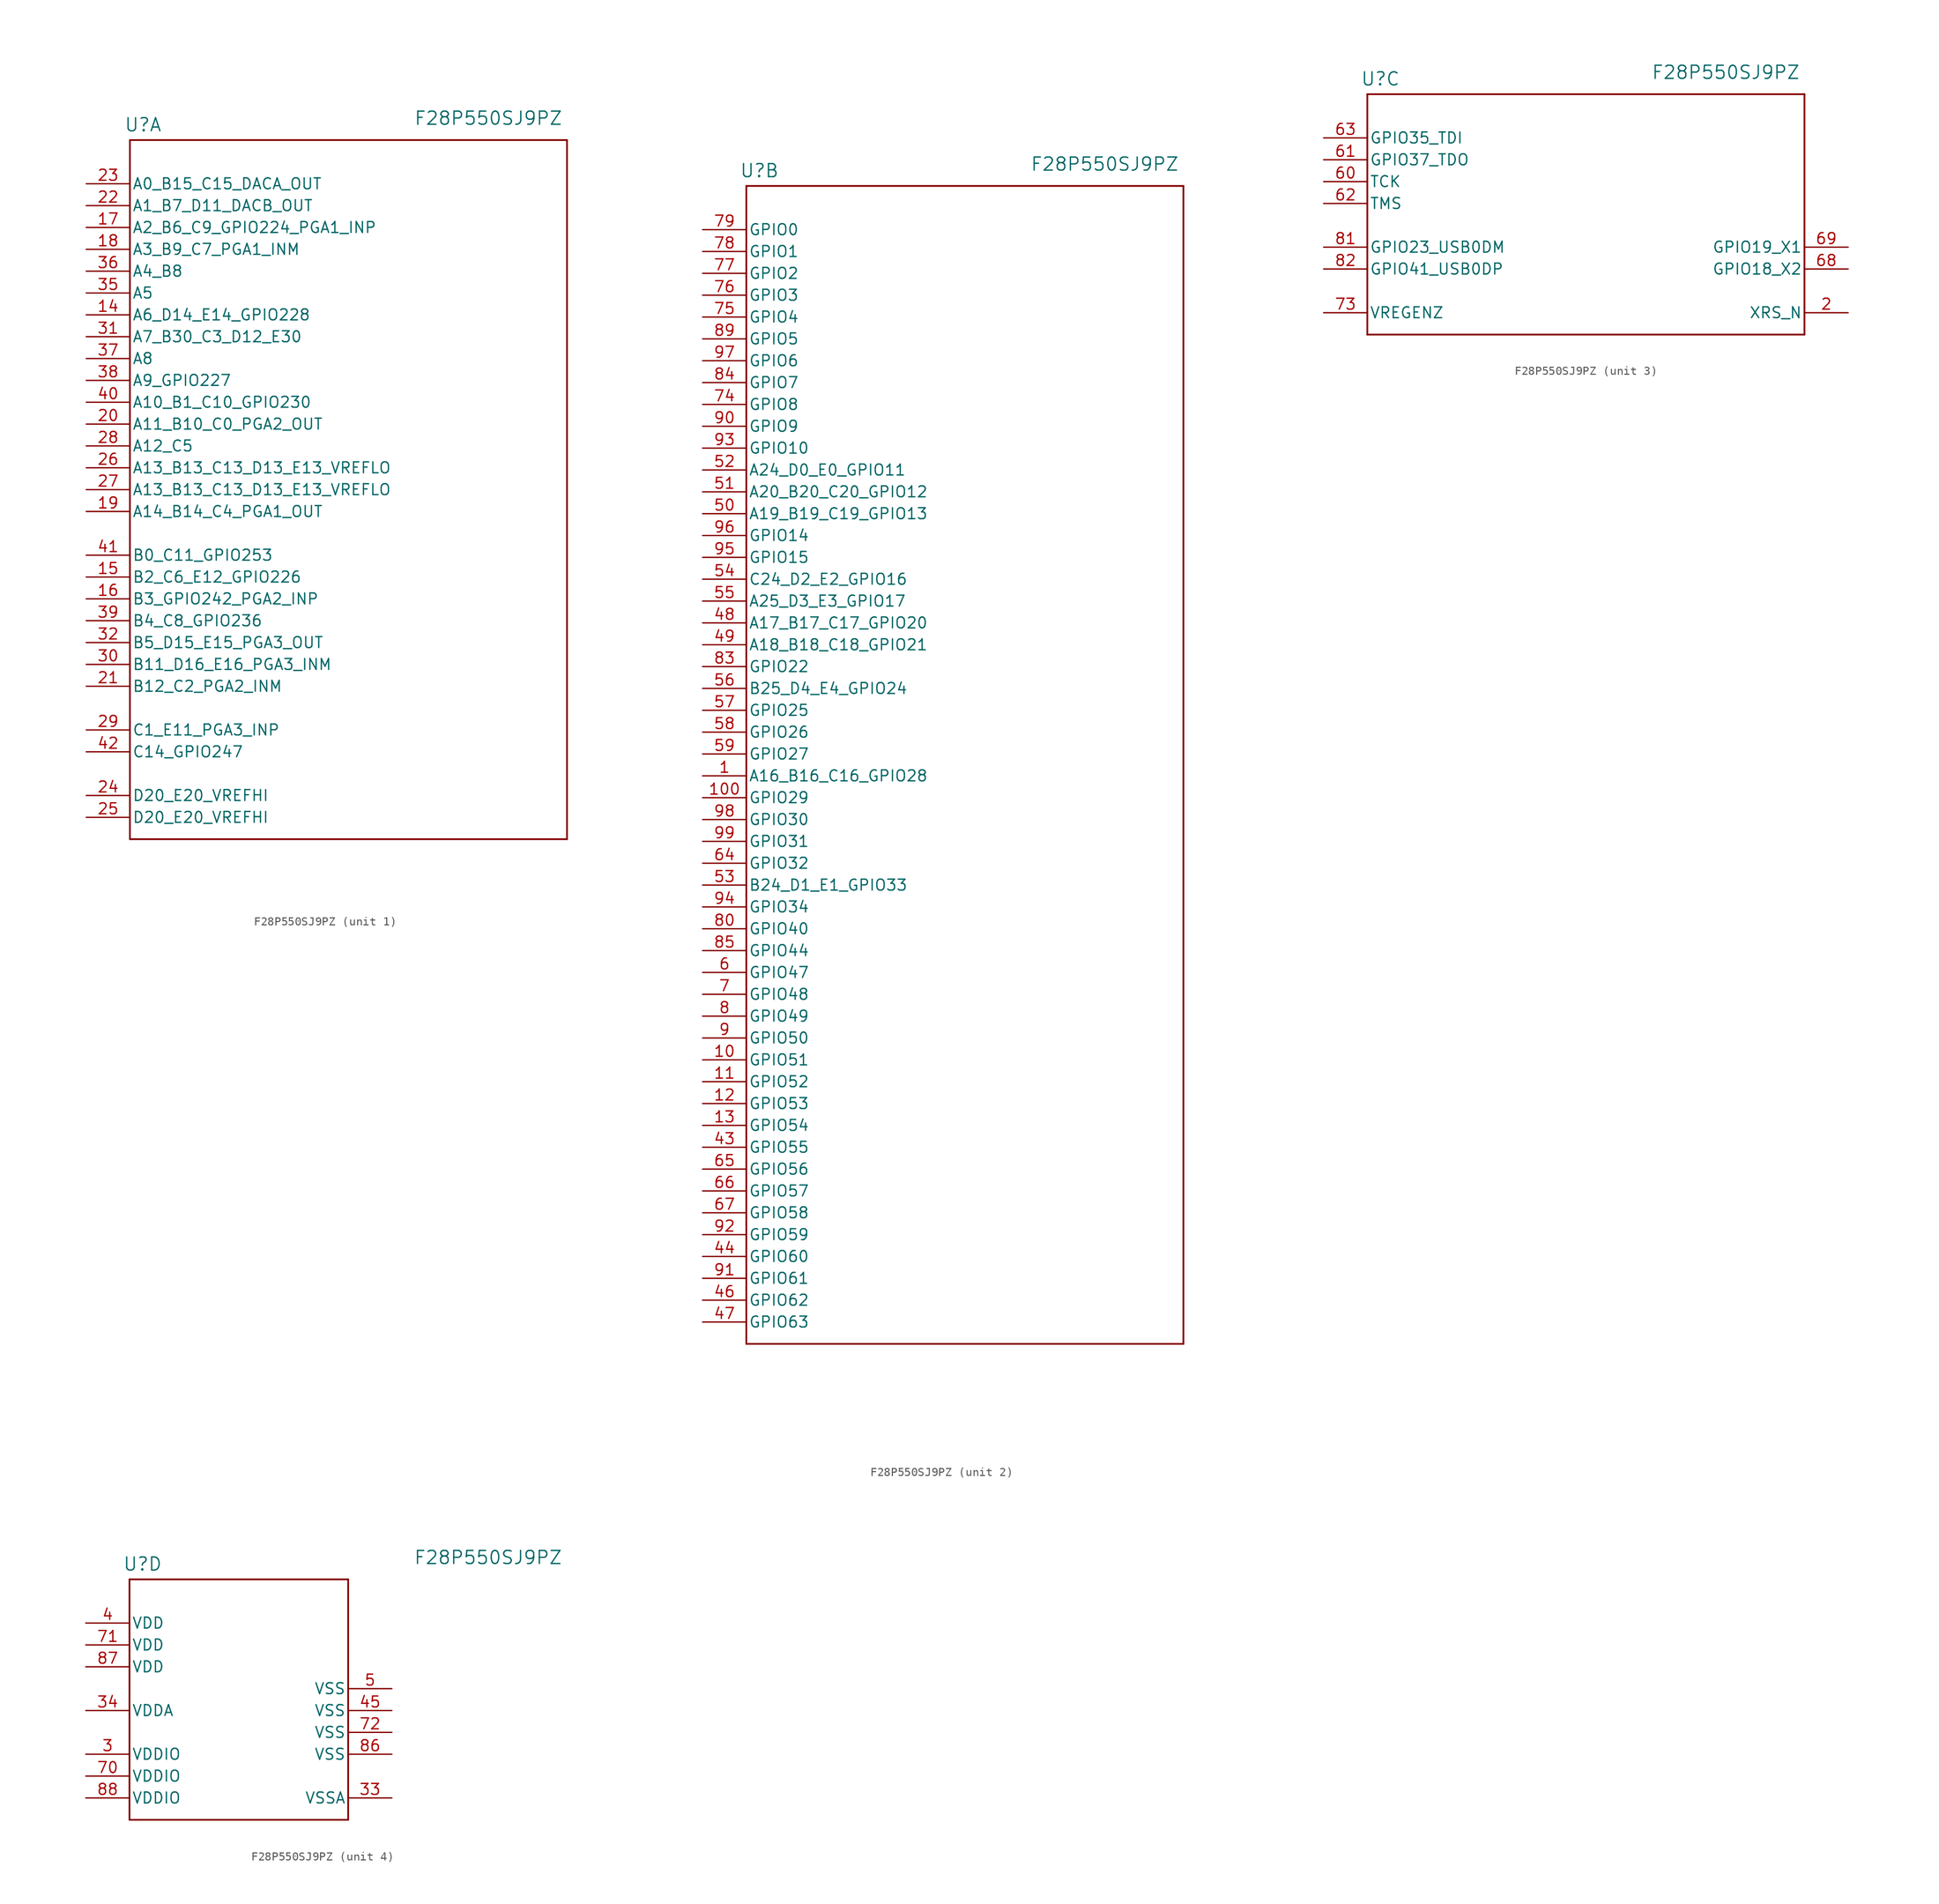
<source format=kicad_sym>
(kicad_symbol_lib
  (version 20241209)
  (generator "kicad_symbol_editor")
  (generator_version "9.0")
  (symbol "F28P550SJ9PZ"
    (pin_names
      (offset 0.254))
    (property "Reference" "U"
      (at 6.604 6.858 0)
      (effects (font (size 1.524 1.524))))
    (property "Value" "F28P550SJ9PZ"
      (at 46.736 7.62 0)
      (effects (font (size 1.524 1.524))))
    (property "ki_locked" ""
      (at 0 0 0)
      (effects (font (size 1.27 1.27))))
    (symbol "F28P550SJ9PZ_1_1"
      (polyline (pts (xy 5.08 5.08) (xy 5.08 -76.2)) (stroke (width 0.203) (type default)) (fill (type none)))
      (polyline (pts (xy 5.08 -76.2) (xy 55.88 -76.2)) (stroke (width 0.203) (type default)) (fill (type none)))
      (polyline (pts (xy 55.88 5.08) (xy 5.08 5.08)) (stroke (width 0.203) (type default)) (fill (type none)))
      (polyline (pts (xy 55.88 -76.2) (xy 55.88 5.08)) (stroke (width 0.203) (type default)) (fill (type none)))
      (pin unspecified line (at 0 0 0) (length 5.08) (name "A0_B15_C15_DACA_OUT" (effects (font (size 1.27 1.27)))) (number "23" (effects (font (size 1.27 1.27)))))
      (pin unspecified line (at 0 -2.54 0) (length 5.08) (name "A1_B7_D11_DACB_OUT" (effects (font (size 1.27 1.27)))) (number "22" (effects (font (size 1.27 1.27)))))
      (pin bidirectional line (at 0 -5.08 0) (length 5.08) (name "A2_B6_C9_GPIO224_PGA1_INP" (effects (font (size 1.27 1.27)))) (number "17" (effects (font (size 1.27 1.27)))))
      (pin unspecified line (at 0 -7.62 0) (length 5.08) (name "A3_B9_C7_PGA1_INM" (effects (font (size 1.27 1.27)))) (number "18" (effects (font (size 1.27 1.27)))))
      (pin unspecified line (at 0 -10.16 0) (length 5.08) (name "A4_B8" (effects (font (size 1.27 1.27)))) (number "36" (effects (font (size 1.27 1.27)))))
      (pin unspecified line (at 0 -12.7 0) (length 5.08) (name "A5" (effects (font (size 1.27 1.27)))) (number "35" (effects (font (size 1.27 1.27)))))
      (pin bidirectional line (at 0 -15.24 0) (length 5.08) (name "A6_D14_E14_GPIO228" (effects (font (size 1.27 1.27)))) (number "14" (effects (font (size 1.27 1.27)))))
      (pin unspecified line (at 0 -17.78 0) (length 5.08) (name "A7_B30_C3_D12_E30" (effects (font (size 1.27 1.27)))) (number "31" (effects (font (size 1.27 1.27)))))
      (pin unspecified line (at 0 -20.32 0) (length 5.08) (name "A8" (effects (font (size 1.27 1.27)))) (number "37" (effects (font (size 1.27 1.27)))))
      (pin bidirectional line (at 0 -22.86 0) (length 5.08) (name "A9_GPIO227" (effects (font (size 1.27 1.27)))) (number "38" (effects (font (size 1.27 1.27)))))
      (pin bidirectional line (at 0 -25.4 0) (length 5.08) (name "A10_B1_C10_GPIO230" (effects (font (size 1.27 1.27)))) (number "40" (effects (font (size 1.27 1.27)))))
      (pin unspecified line (at 0 -27.94 0) (length 5.08) (name "A11_B10_C0_PGA2_OUT" (effects (font (size 1.27 1.27)))) (number "20" (effects (font (size 1.27 1.27)))))
      (pin unspecified line (at 0 -30.48 0) (length 5.08) (name "A12_C5" (effects (font (size 1.27 1.27)))) (number "28" (effects (font (size 1.27 1.27)))))
      (pin unspecified line (at 0 -33.02 0) (length 5.08) (name "A13_B13_C13_D13_E13_VREFLO" (effects (font (size 1.27 1.27)))) (number "26" (effects (font (size 1.27 1.27)))))
      (pin unspecified line (at 0 -35.56 0) (length 5.08) (name "A13_B13_C13_D13_E13_VREFLO" (effects (font (size 1.27 1.27)))) (number "27" (effects (font (size 1.27 1.27)))))
      (pin unspecified line (at 0 -38.1 0) (length 5.08) (name "A14_B14_C4_PGA1_OUT" (effects (font (size 1.27 1.27)))) (number "19" (effects (font (size 1.27 1.27)))))
      (pin bidirectional line (at 0 -43.18 0) (length 5.08) (name "B0_C11_GPIO253" (effects (font (size 1.27 1.27)))) (number "41" (effects (font (size 1.27 1.27)))))
      (pin bidirectional line (at 0 -45.72 0) (length 5.08) (name "B2_C6_E12_GPIO226" (effects (font (size 1.27 1.27)))) (number "15" (effects (font (size 1.27 1.27)))))
      (pin bidirectional line (at 0 -48.26 0) (length 5.08) (name "B3_GPIO242_PGA2_INP" (effects (font (size 1.27 1.27)))) (number "16" (effects (font (size 1.27 1.27)))))
      (pin bidirectional line (at 0 -50.8 0) (length 5.08) (name "B4_C8_GPIO236" (effects (font (size 1.27 1.27)))) (number "39" (effects (font (size 1.27 1.27)))))
      (pin unspecified line (at 0 -53.34 0) (length 5.08) (name "B5_D15_E15_PGA3_OUT" (effects (font (size 1.27 1.27)))) (number "32" (effects (font (size 1.27 1.27)))))
      (pin unspecified line (at 0 -55.88 0) (length 5.08) (name "B11_D16_E16_PGA3_INM" (effects (font (size 1.27 1.27)))) (number "30" (effects (font (size 1.27 1.27)))))
      (pin unspecified line (at 0 -58.42 0) (length 5.08) (name "B12_C2_PGA2_INM" (effects (font (size 1.27 1.27)))) (number "21" (effects (font (size 1.27 1.27)))))
      (pin unspecified line (at 0 -63.5 0) (length 5.08) (name "C1_E11_PGA3_INP" (effects (font (size 1.27 1.27)))) (number "29" (effects (font (size 1.27 1.27)))))
      (pin bidirectional line (at 0 -66.04 0) (length 5.08) (name "C14_GPIO247" (effects (font (size 1.27 1.27)))) (number "42" (effects (font (size 1.27 1.27)))))
      (pin unspecified line (at 0 -71.12 0) (length 5.08) (name "D20_E20_VREFHI" (effects (font (size 1.27 1.27)))) (number "24" (effects (font (size 1.27 1.27)))))
      (pin unspecified line (at 0 -73.66 0) (length 5.08) (name "D20_E20_VREFHI" (effects (font (size 1.27 1.27)))) (number "25" (effects (font (size 1.27 1.27))))))
    (symbol "F28P550SJ9PZ_2_1"
      (polyline (pts (xy 5.08 5.08) (xy 5.08 -129.54)) (stroke (width 0.203) (type default)) (fill (type none)))
      (polyline (pts (xy 5.08 -129.54) (xy 55.88 -129.54)) (stroke (width 0.203) (type default)) (fill (type none)))
      (polyline (pts (xy 55.88 5.08) (xy 5.08 5.08)) (stroke (width 0.203) (type default)) (fill (type none)))
      (polyline (pts (xy 55.88 -129.54) (xy 55.88 5.08)) (stroke (width 0.203) (type default)) (fill (type none)))
      (pin bidirectional line (at 0 0 0) (length 5.08) (name "GPIO0" (effects (font (size 1.27 1.27)))) (number "79" (effects (font (size 1.27 1.27)))))
      (pin bidirectional line (at 0 -2.54 0) (length 5.08) (name "GPIO1" (effects (font (size 1.27 1.27)))) (number "78" (effects (font (size 1.27 1.27)))))
      (pin bidirectional line (at 0 -5.08 0) (length 5.08) (name "GPIO2" (effects (font (size 1.27 1.27)))) (number "77" (effects (font (size 1.27 1.27)))))
      (pin bidirectional line (at 0 -7.62 0) (length 5.08) (name "GPIO3" (effects (font (size 1.27 1.27)))) (number "76" (effects (font (size 1.27 1.27)))))
      (pin bidirectional line (at 0 -10.16 0) (length 5.08) (name "GPIO4" (effects (font (size 1.27 1.27)))) (number "75" (effects (font (size 1.27 1.27)))))
      (pin bidirectional line (at 0 -12.7 0) (length 5.08) (name "GPIO5" (effects (font (size 1.27 1.27)))) (number "89" (effects (font (size 1.27 1.27)))))
      (pin bidirectional line (at 0 -15.24 0) (length 5.08) (name "GPIO6" (effects (font (size 1.27 1.27)))) (number "97" (effects (font (size 1.27 1.27)))))
      (pin bidirectional line (at 0 -17.78 0) (length 5.08) (name "GPIO7" (effects (font (size 1.27 1.27)))) (number "84" (effects (font (size 1.27 1.27)))))
      (pin bidirectional line (at 0 -20.32 0) (length 5.08) (name "GPIO8" (effects (font (size 1.27 1.27)))) (number "74" (effects (font (size 1.27 1.27)))))
      (pin bidirectional line (at 0 -22.86 0) (length 5.08) (name "GPIO9" (effects (font (size 1.27 1.27)))) (number "90" (effects (font (size 1.27 1.27)))))
      (pin bidirectional line (at 0 -25.4 0) (length 5.08) (name "GPIO10" (effects (font (size 1.27 1.27)))) (number "93" (effects (font (size 1.27 1.27)))))
      (pin bidirectional line (at 0 -27.94 0) (length 5.08) (name "A24_D0_E0_GPIO11" (effects (font (size 1.27 1.27)))) (number "52" (effects (font (size 1.27 1.27)))))
      (pin bidirectional line (at 0 -30.48 0) (length 5.08) (name "A20_B20_C20_GPIO12" (effects (font (size 1.27 1.27)))) (number "51" (effects (font (size 1.27 1.27)))))
      (pin bidirectional line (at 0 -33.02 0) (length 5.08) (name "A19_B19_C19_GPIO13" (effects (font (size 1.27 1.27)))) (number "50" (effects (font (size 1.27 1.27)))))
      (pin bidirectional line (at 0 -35.56 0) (length 5.08) (name "GPIO14" (effects (font (size 1.27 1.27)))) (number "96" (effects (font (size 1.27 1.27)))))
      (pin bidirectional line (at 0 -38.1 0) (length 5.08) (name "GPIO15" (effects (font (size 1.27 1.27)))) (number "95" (effects (font (size 1.27 1.27)))))
      (pin bidirectional line (at 0 -40.64 0) (length 5.08) (name "C24_D2_E2_GPIO16" (effects (font (size 1.27 1.27)))) (number "54" (effects (font (size 1.27 1.27)))))
      (pin bidirectional line (at 0 -43.18 0) (length 5.08) (name "A25_D3_E3_GPIO17" (effects (font (size 1.27 1.27)))) (number "55" (effects (font (size 1.27 1.27)))))
      (pin bidirectional line (at 0 -45.72 0) (length 5.08) (name "A17_B17_C17_GPIO20" (effects (font (size 1.27 1.27)))) (number "48" (effects (font (size 1.27 1.27)))))
      (pin bidirectional line (at 0 -48.26 0) (length 5.08) (name "A18_B18_C18_GPIO21" (effects (font (size 1.27 1.27)))) (number "49" (effects (font (size 1.27 1.27)))))
      (pin bidirectional line (at 0 -50.8 0) (length 5.08) (name "GPIO22" (effects (font (size 1.27 1.27)))) (number "83" (effects (font (size 1.27 1.27)))))
      (pin bidirectional line (at 0 -53.34 0) (length 5.08) (name "B25_D4_E4_GPIO24" (effects (font (size 1.27 1.27)))) (number "56" (effects (font (size 1.27 1.27)))))
      (pin bidirectional line (at 0 -55.88 0) (length 5.08) (name "GPIO25" (effects (font (size 1.27 1.27)))) (number "57" (effects (font (size 1.27 1.27)))))
      (pin bidirectional line (at 0 -58.42 0) (length 5.08) (name "GPIO26" (effects (font (size 1.27 1.27)))) (number "58" (effects (font (size 1.27 1.27)))))
      (pin bidirectional line (at 0 -60.96 0) (length 5.08) (name "GPIO27" (effects (font (size 1.27 1.27)))) (number "59" (effects (font (size 1.27 1.27)))))
      (pin bidirectional line (at 0 -63.5 0) (length 5.08) (name "A16_B16_C16_GPIO28" (effects (font (size 1.27 1.27)))) (number "1" (effects (font (size 1.27 1.27)))))
      (pin bidirectional line (at 0 -66.04 0) (length 5.08) (name "GPIO29" (effects (font (size 1.27 1.27)))) (number "100" (effects (font (size 1.27 1.27)))))
      (pin bidirectional line (at 0 -68.58 0) (length 5.08) (name "GPIO30" (effects (font (size 1.27 1.27)))) (number "98" (effects (font (size 1.27 1.27)))))
      (pin bidirectional line (at 0 -71.12 0) (length 5.08) (name "GPIO31" (effects (font (size 1.27 1.27)))) (number "99" (effects (font (size 1.27 1.27)))))
      (pin bidirectional line (at 0 -73.66 0) (length 5.08) (name "GPIO32" (effects (font (size 1.27 1.27)))) (number "64" (effects (font (size 1.27 1.27)))))
      (pin bidirectional line (at 0 -76.2 0) (length 5.08) (name "B24_D1_E1_GPIO33" (effects (font (size 1.27 1.27)))) (number "53" (effects (font (size 1.27 1.27)))))
      (pin bidirectional line (at 0 -78.74 0) (length 5.08) (name "GPIO34" (effects (font (size 1.27 1.27)))) (number "94" (effects (font (size 1.27 1.27)))))
      (pin bidirectional line (at 0 -81.28 0) (length 5.08) (name "GPIO40" (effects (font (size 1.27 1.27)))) (number "80" (effects (font (size 1.27 1.27)))))
      (pin bidirectional line (at 0 -83.82 0) (length 5.08) (name "GPIO44" (effects (font (size 1.27 1.27)))) (number "85" (effects (font (size 1.27 1.27)))))
      (pin bidirectional line (at 0 -86.36 0) (length 5.08) (name "GPIO47" (effects (font (size 1.27 1.27)))) (number "6" (effects (font (size 1.27 1.27)))))
      (pin bidirectional line (at 0 -88.9 0) (length 5.08) (name "GPIO48" (effects (font (size 1.27 1.27)))) (number "7" (effects (font (size 1.27 1.27)))))
      (pin bidirectional line (at 0 -91.44 0) (length 5.08) (name "GPIO49" (effects (font (size 1.27 1.27)))) (number "8" (effects (font (size 1.27 1.27)))))
      (pin bidirectional line (at 0 -93.98 0) (length 5.08) (name "GPIO50" (effects (font (size 1.27 1.27)))) (number "9" (effects (font (size 1.27 1.27)))))
      (pin bidirectional line (at 0 -96.52 0) (length 5.08) (name "GPIO51" (effects (font (size 1.27 1.27)))) (number "10" (effects (font (size 1.27 1.27)))))
      (pin bidirectional line (at 0 -99.06 0) (length 5.08) (name "GPIO52" (effects (font (size 1.27 1.27)))) (number "11" (effects (font (size 1.27 1.27)))))
      (pin bidirectional line (at 0 -101.6 0) (length 5.08) (name "GPIO53" (effects (font (size 1.27 1.27)))) (number "12" (effects (font (size 1.27 1.27)))))
      (pin bidirectional line (at 0 -104.14 0) (length 5.08) (name "GPIO54" (effects (font (size 1.27 1.27)))) (number "13" (effects (font (size 1.27 1.27)))))
      (pin bidirectional line (at 0 -106.68 0) (length 5.08) (name "GPIO55" (effects (font (size 1.27 1.27)))) (number "43" (effects (font (size 1.27 1.27)))))
      (pin bidirectional line (at 0 -109.22 0) (length 5.08) (name "GPIO56" (effects (font (size 1.27 1.27)))) (number "65" (effects (font (size 1.27 1.27)))))
      (pin bidirectional line (at 0 -111.76 0) (length 5.08) (name "GPIO57" (effects (font (size 1.27 1.27)))) (number "66" (effects (font (size 1.27 1.27)))))
      (pin bidirectional line (at 0 -114.3 0) (length 5.08) (name "GPIO58" (effects (font (size 1.27 1.27)))) (number "67" (effects (font (size 1.27 1.27)))))
      (pin bidirectional line (at 0 -116.84 0) (length 5.08) (name "GPIO59" (effects (font (size 1.27 1.27)))) (number "92" (effects (font (size 1.27 1.27)))))
      (pin bidirectional line (at 0 -119.38 0) (length 5.08) (name "GPIO60" (effects (font (size 1.27 1.27)))) (number "44" (effects (font (size 1.27 1.27)))))
      (pin bidirectional line (at 0 -121.92 0) (length 5.08) (name "GPIO61" (effects (font (size 1.27 1.27)))) (number "91" (effects (font (size 1.27 1.27)))))
      (pin bidirectional line (at 0 -124.46 0) (length 5.08) (name "GPIO62" (effects (font (size 1.27 1.27)))) (number "46" (effects (font (size 1.27 1.27)))))
      (pin bidirectional line (at 0 -127 0) (length 5.08) (name "GPIO63" (effects (font (size 1.27 1.27)))) (number "47" (effects (font (size 1.27 1.27))))))
    (symbol "F28P550SJ9PZ_3_1"
      (polyline (pts (xy 5.08 5.08) (xy 5.08 -22.86)) (stroke (width 0.203) (type default)) (fill (type none)))
      (polyline (pts (xy 5.08 -22.86) (xy 55.88 -22.86)) (stroke (width 0.203) (type default)) (fill (type none)))
      (polyline (pts (xy 55.88 5.08) (xy 5.08 5.08)) (stroke (width 0.203) (type default)) (fill (type none)))
      (polyline (pts (xy 55.88 -22.86) (xy 55.88 5.08)) (stroke (width 0.203) (type default)) (fill (type none)))
      (pin bidirectional line (at 0 0 0) (length 5.08) (name "GPIO35_TDI" (effects (font (size 1.27 1.27)))) (number "63" (effects (font (size 1.27 1.27)))))
      (pin bidirectional line (at 0 -2.54 0) (length 5.08) (name "GPIO37_TDO" (effects (font (size 1.27 1.27)))) (number "61" (effects (font (size 1.27 1.27)))))
      (pin input line (at 0 -5.08 0) (length 5.08) (name "TCK" (effects (font (size 1.27 1.27)))) (number "60" (effects (font (size 1.27 1.27)))))
      (pin input line (at 0 -7.62 0) (length 5.08) (name "TMS" (effects (font (size 1.27 1.27)))) (number "62" (effects (font (size 1.27 1.27)))))
      (pin bidirectional line (at 0 -12.7 0) (length 5.08) (name "GPIO23_USB0DM" (effects (font (size 1.27 1.27)))) (number "81" (effects (font (size 1.27 1.27)))))
      (pin bidirectional line (at 0 -15.24 0) (length 5.08) (name "GPIO41_USB0DP" (effects (font (size 1.27 1.27)))) (number "82" (effects (font (size 1.27 1.27)))))
      (pin input line (at 0 -20.32 0) (length 5.08) (name "VREGENZ" (effects (font (size 1.27 1.27)))) (number "73" (effects (font (size 1.27 1.27)))))
      (pin bidirectional line (at 60.96 -12.7 180) (length 5.08) (name "GPIO19_X1" (effects (font (size 1.27 1.27)))) (number "69" (effects (font (size 1.27 1.27)))))
      (pin bidirectional line (at 60.96 -15.24 180) (length 5.08) (name "GPIO18_X2" (effects (font (size 1.27 1.27)))) (number "68" (effects (font (size 1.27 1.27)))))
      (pin bidirectional line (at 60.96 -20.32 180) (length 5.08) (name "XRS_N" (effects (font (size 1.27 1.27)))) (number "2" (effects (font (size 1.27 1.27))))))
    (symbol "F28P550SJ9PZ_4_1"
      (polyline (pts (xy 5.08 5.08) (xy 5.08 -22.86)) (stroke (width 0.203) (type default)) (fill (type none)))
      (polyline (pts (xy 5.08 -22.86) (xy 30.48 -22.86)) (stroke (width 0.203) (type default)) (fill (type none)))
      (polyline (pts (xy 30.48 5.08) (xy 5.08 5.08)) (stroke (width 0.203) (type default)) (fill (type none)))
      (polyline (pts (xy 30.48 -22.86) (xy 30.48 5.08)) (stroke (width 0.203) (type default)) (fill (type none)))
      (pin power_in line (at 0 0 0) (length 5.08) (name "VDD" (effects (font (size 1.27 1.27)))) (number "4" (effects (font (size 1.27 1.27)))))
      (pin power_in line (at 0 -2.54 0) (length 5.08) (name "VDD" (effects (font (size 1.27 1.27)))) (number "71" (effects (font (size 1.27 1.27)))))
      (pin power_in line (at 0 -5.08 0) (length 5.08) (name "VDD" (effects (font (size 1.27 1.27)))) (number "87" (effects (font (size 1.27 1.27)))))
      (pin power_in line (at 0 -10.16 0) (length 5.08) (name "VDDA" (effects (font (size 1.27 1.27)))) (number "34" (effects (font (size 1.27 1.27)))))
      (pin power_in line (at 0 -15.24 0) (length 5.08) (name "VDDIO" (effects (font (size 1.27 1.27)))) (number "3" (effects (font (size 1.27 1.27)))))
      (pin power_in line (at 0 -17.78 0) (length 5.08) (name "VDDIO" (effects (font (size 1.27 1.27)))) (number "70" (effects (font (size 1.27 1.27)))))
      (pin power_in line (at 0 -20.32 0) (length 5.08) (name "VDDIO" (effects (font (size 1.27 1.27)))) (number "88" (effects (font (size 1.27 1.27)))))
      (pin power_in line (at 35.56 -7.62 180) (length 5.08) (name "VSS" (effects (font (size 1.27 1.27)))) (number "5" (effects (font (size 1.27 1.27)))))
      (pin power_in line (at 35.56 -10.16 180) (length 5.08) (name "VSS" (effects (font (size 1.27 1.27)))) (number "45" (effects (font (size 1.27 1.27)))))
      (pin power_in line (at 35.56 -12.7 180) (length 5.08) (name "VSS" (effects (font (size 1.27 1.27)))) (number "72" (effects (font (size 1.27 1.27)))))
      (pin power_in line (at 35.56 -15.24 180) (length 5.08) (name "VSS" (effects (font (size 1.27 1.27)))) (number "86" (effects (font (size 1.27 1.27)))))
      (pin power_in line (at 35.56 -20.32 180) (length 5.08) (name "VSSA" (effects (font (size 1.27 1.27)))) (number "33" (effects (font (size 1.27 1.27))))))))
</source>
